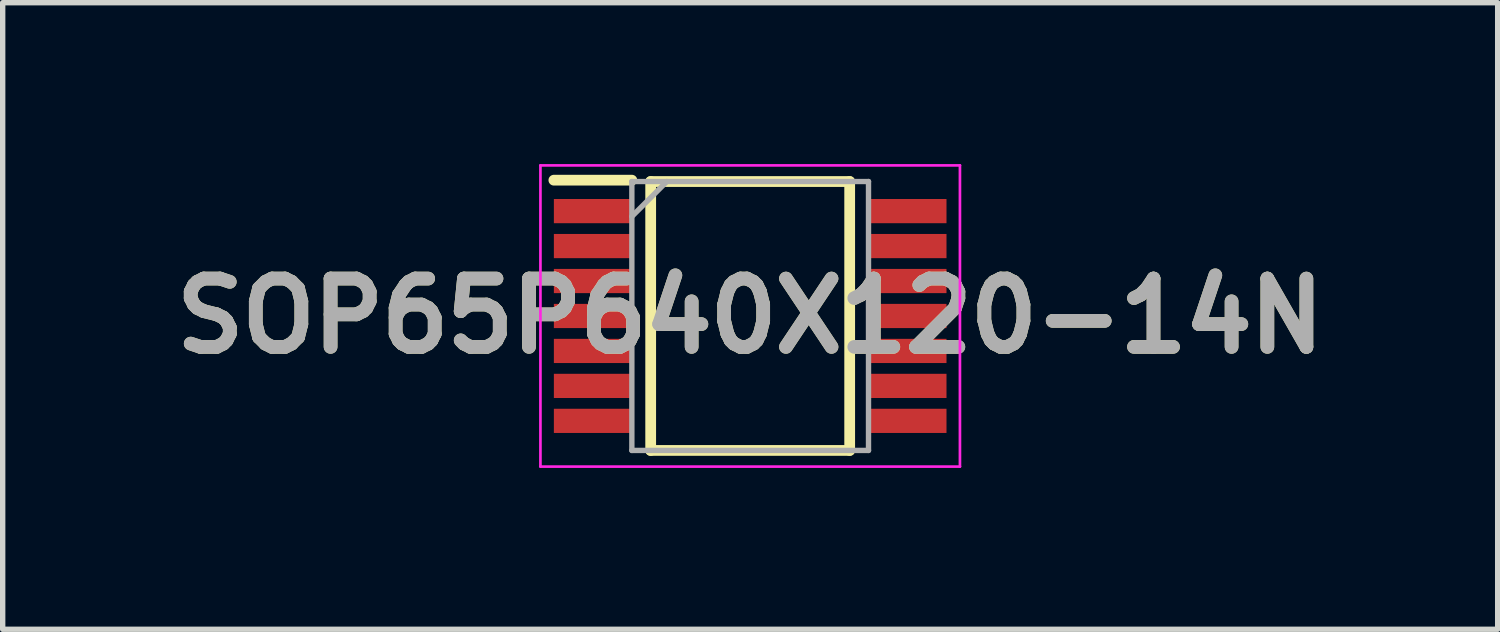
<source format=kicad_pcb>
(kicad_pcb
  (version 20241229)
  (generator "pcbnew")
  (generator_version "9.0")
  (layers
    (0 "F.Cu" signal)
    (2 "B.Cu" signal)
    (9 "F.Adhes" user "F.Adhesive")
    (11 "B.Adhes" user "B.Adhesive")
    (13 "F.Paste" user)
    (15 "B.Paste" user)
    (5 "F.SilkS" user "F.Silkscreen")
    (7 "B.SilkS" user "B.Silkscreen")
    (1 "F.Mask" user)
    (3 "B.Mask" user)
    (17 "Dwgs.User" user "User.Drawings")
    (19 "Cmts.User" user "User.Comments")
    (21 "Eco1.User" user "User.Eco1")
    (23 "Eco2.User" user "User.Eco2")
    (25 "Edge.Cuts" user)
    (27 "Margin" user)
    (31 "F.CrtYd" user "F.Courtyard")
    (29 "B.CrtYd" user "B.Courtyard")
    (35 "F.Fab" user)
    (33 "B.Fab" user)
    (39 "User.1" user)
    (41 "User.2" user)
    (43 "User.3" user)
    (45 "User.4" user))
  (footprint "SOP65P640X120-14N"
    (layer "F.Cu")
    (at 10.898 2.825)
    (property "Reference" "SOP65P640X120-14N" (at 0 0 0) (layer "F.SilkS") (effects (font (size 1.27 1.27) (thickness 0.254))))
    (attr smd)
    (fp_line (start -3.65 -2.525) (end -2.2 -2.525) (stroke (width 0.2) (type solid)) (layer "F.SilkS"))
    (fp_line (start -1.85 -2.5) (end 1.85 -2.5) (stroke (width 0.2) (type solid)) (layer "F.SilkS"))
    (fp_line (start -1.85 2.5) (end -1.85 -2.5) (stroke (width 0.2) (type solid)) (layer "F.SilkS"))
    (fp_line (start 1.85 -2.5) (end 1.85 2.5) (stroke (width 0.2) (type solid)) (layer "F.SilkS"))
    (fp_line (start 1.85 2.5) (end -1.85 2.5) (stroke (width 0.2) (type solid)) (layer "F.SilkS"))
    (fp_line (start -3.9 -2.8) (end 3.9 -2.8) (stroke (width 0.05) (type solid)) (layer "F.CrtYd"))
    (fp_line (start -3.9 2.8) (end -3.9 -2.8) (stroke (width 0.05) (type solid)) (layer "F.CrtYd"))
    (fp_line (start 3.9 -2.8) (end 3.9 2.8) (stroke (width 0.05) (type solid)) (layer "F.CrtYd"))
    (fp_line (start 3.9 2.8) (end -3.9 2.8) (stroke (width 0.05) (type solid)) (layer "F.CrtYd"))
    (fp_line (start -2.2 -2.5) (end 2.2 -2.5) (stroke (width 0.1) (type solid)) (layer "F.Fab"))
    (fp_line (start -2.2 -1.85) (end -1.55 -2.5) (stroke (width 0.1) (type solid)) (layer "F.Fab"))
    (fp_line (start -2.2 2.5) (end -2.2 -2.5) (stroke (width 0.1) (type solid)) (layer "F.Fab"))
    (fp_line (start 2.2 -2.5) (end 2.2 2.5) (stroke (width 0.1) (type solid)) (layer "F.Fab"))
    (fp_line (start 2.2 2.5) (end -2.2 2.5) (stroke (width 0.1) (type solid)) (layer "F.Fab"))
    (fp_text user "${REFERENCE}" (at 0 0 0) (layer "F.Fab") (effects (font (size 1.27 1.27) (thickness 0.254))))
    (pad "1" smd rect (at -2.925 -1.95 90) (size 0.45 1.45) (layers "F.Cu" "F.Mask" "F.Paste"))
    (pad "2" smd rect (at -2.925 -1.3 90) (size 0.45 1.45) (layers "F.Cu" "F.Mask" "F.Paste"))
    (pad "3" smd rect (at -2.925 -0.65 90) (size 0.45 1.45) (layers "F.Cu" "F.Mask" "F.Paste"))
    (pad "4" smd rect (at -2.925 0 90) (size 0.45 1.45) (layers "F.Cu" "F.Mask" "F.Paste"))
    (pad "5" smd rect (at -2.925 0.65 90) (size 0.45 1.45) (layers "F.Cu" "F.Mask" "F.Paste"))
    (pad "6" smd rect (at -2.925 1.3 90) (size 0.45 1.45) (layers "F.Cu" "F.Mask" "F.Paste"))
    (pad "7" smd rect (at -2.925 1.95 90) (size 0.45 1.45) (layers "F.Cu" "F.Mask" "F.Paste"))
    (pad "8" smd rect (at 2.925 1.95 90) (size 0.45 1.45) (layers "F.Cu" "F.Mask" "F.Paste"))
    (pad "9" smd rect (at 2.925 1.3 90) (size 0.45 1.45) (layers "F.Cu" "F.Mask" "F.Paste"))
    (pad "10" smd rect (at 2.925 0.65 90) (size 0.45 1.45) (layers "F.Cu" "F.Mask" "F.Paste"))
    (pad "11" smd rect (at 2.925 0 90) (size 0.45 1.45) (layers "F.Cu" "F.Mask" "F.Paste"))
    (pad "12" smd rect (at 2.925 -0.65 90) (size 0.45 1.45) (layers "F.Cu" "F.Mask" "F.Paste"))
    (pad "13" smd rect (at 2.925 -1.3 90) (size 0.45 1.45) (layers "F.Cu" "F.Mask" "F.Paste"))
    (pad "14" smd rect (at 2.925 -1.95 90) (size 0.45 1.45) (layers "F.Cu" "F.Mask" "F.Paste")))
  (gr_rect
    (start -3 -3)
    (end 24.796 8.65)
    (stroke (width 0.1) (type default))
    (fill no)
    (layer "Edge.Cuts")))
</source>
